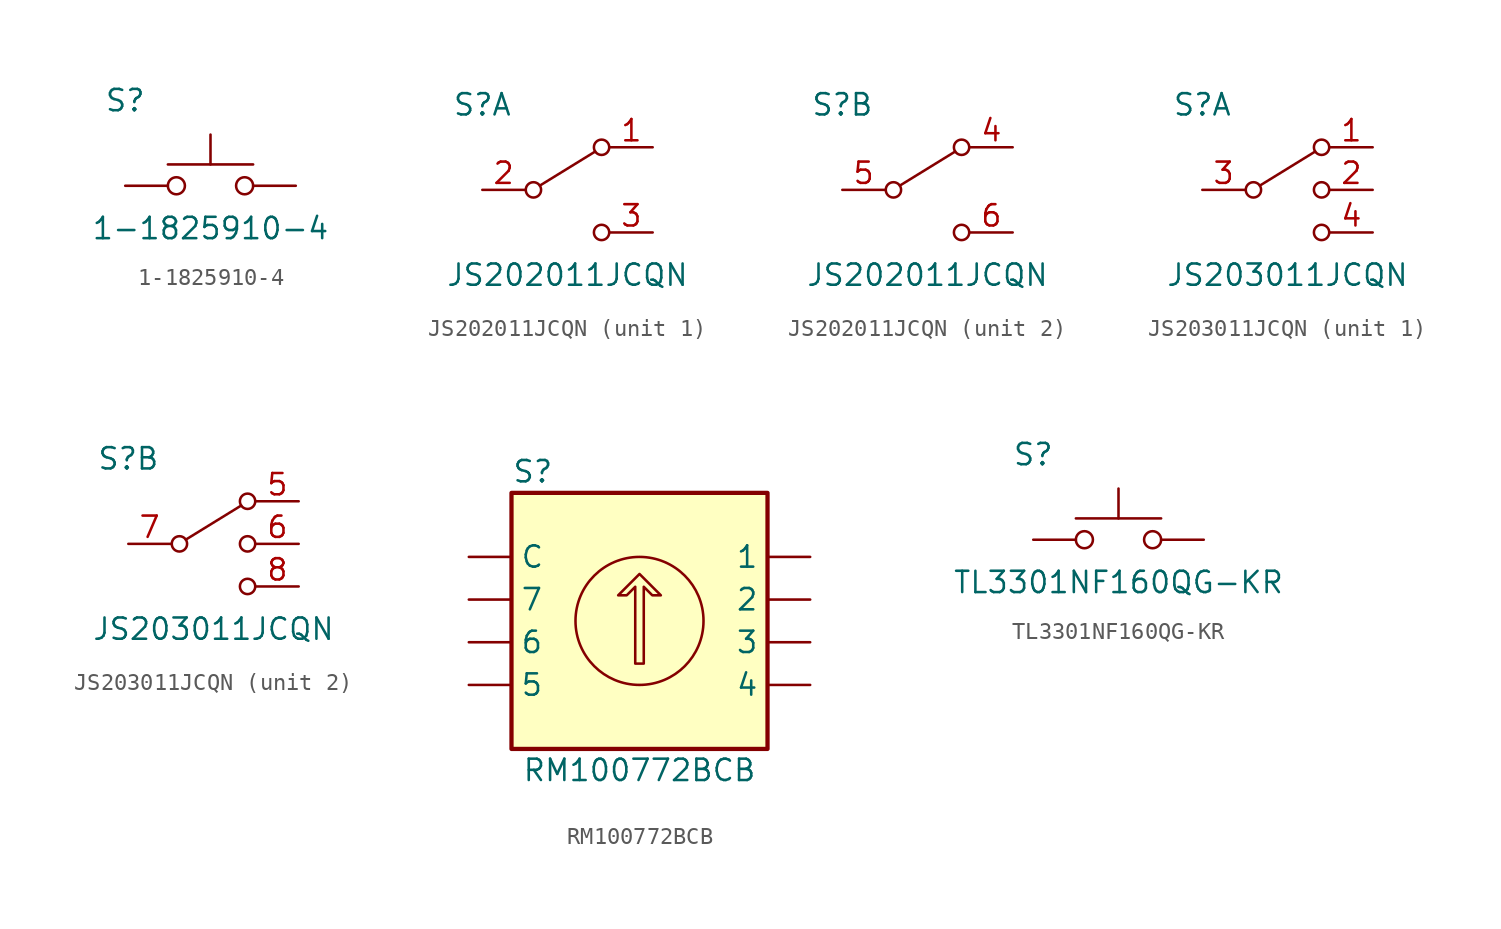
<source format=kicad_sym>
(kicad_symbol_lib
  (version 20231120)
  (generator "kicad_symbol_editor")
  (generator_version "8.0")
  (symbol "1-1825910-4"
    (pin_numbers hide)
    (pin_names hide)
    (property "Reference" "S"
      (at -5.08 5.08 0)
      (effects (font (size 1.27 1.27))))
    (property "Value" "1-1825910-4"
      (at 0 -2.54 0)
      (effects (font (size 1.27 1.27))))
    (symbol "1-1825910-4_0_1"
      (circle (center -2.032 0) (radius 0.508) (stroke (width 0) (type default)) (fill (type none)))
      (polyline (pts (xy 0 1.27) (xy 0 3.048)) (stroke (width 0) (type default)) (fill (type none)))
      (polyline (pts (xy 2.54 1.27) (xy -2.54 1.27)) (stroke (width 0) (type default)) (fill (type none)))
      (circle (center 2.032 0) (radius 0.508) (stroke (width 0) (type default)) (fill (type none)))
      (pin passive line (at -5.08 0 0) (length 2.54) (name "1" (effects (font (size 1.27 1.27)))) (number "1" (effects (font (size 1.27 1.27)))))
      (pin passive line (at 5.08 0 180) (length 2.54) (name "2" (effects (font (size 1.27 1.27)))) (number "2" (effects (font (size 1.27 1.27)))))))
  (symbol "JS202011JCQN"
    (pin_names hide)
    (property "Reference" "S"
      (at -5.08 5.08 0)
      (effects (font (size 1.27 1.27))))
    (property "Value" "JS202011JCQN"
      (at 0 -5.08 0)
      (effects (font (size 1.27 1.27))))
    (symbol "JS202011JCQN_0_1"
      (circle (center -2.032 0) (radius 0.457) (stroke (width 0) (type default)) (fill (type none)))
      (polyline (pts (xy -1.651 0.254) (xy 1.651 2.286)) (stroke (width 0) (type default)) (fill (type none)))
      (circle (center 2.032 -2.54) (radius 0.457) (stroke (width 0) (type default)) (fill (type none)))
      (circle (center 2.032 2.54) (radius 0.457) (stroke (width 0) (type default)) (fill (type none))))
    (symbol "JS202011JCQN_1_1"
      (pin passive line (at 5.08 2.54 180) (length 2.54) (name "1" (effects (font (size 1.27 1.27)))) (number "1" (effects (font (size 1.27 1.27)))))
      (pin passive line (at -5.08 0 0) (length 2.54) (name "2" (effects (font (size 1.27 1.27)))) (number "2" (effects (font (size 1.27 1.27)))))
      (pin passive line (at 5.08 -2.54 180) (length 2.54) (name "3" (effects (font (size 1.27 1.27)))) (number "3" (effects (font (size 1.27 1.27))))))
    (symbol "JS202011JCQN_2_1"
      (pin passive line (at 5.08 2.54 180) (length 2.54) (name "4" (effects (font (size 1.27 1.27)))) (number "4" (effects (font (size 1.27 1.27)))))
      (pin passive line (at -5.08 0 0) (length 2.54) (name "5" (effects (font (size 1.27 1.27)))) (number "5" (effects (font (size 1.27 1.27)))))
      (pin passive line (at 5.08 -2.54 180) (length 2.54) (name "6" (effects (font (size 1.27 1.27)))) (number "6" (effects (font (size 1.27 1.27)))))))
  (symbol "JS203011JCQN"
    (pin_names hide)
    (property "Reference" "S"
      (at -5.08 5.08 0)
      (effects (font (size 1.27 1.27))))
    (property "Value" "JS203011JCQN"
      (at 0 -5.08 0)
      (effects (font (size 1.27 1.27))))
    (symbol "JS203011JCQN_0_1"
      (circle (center -2.032 0) (radius 0.457) (stroke (width 0) (type default)) (fill (type none)))
      (polyline (pts (xy -1.651 0.254) (xy 1.651 2.286)) (stroke (width 0) (type default)) (fill (type none)))
      (circle (center 2.032 -2.54) (radius 0.457) (stroke (width 0) (type default)) (fill (type none)))
      (circle (center 2.032 0) (radius 0.457) (stroke (width 0) (type default)) (fill (type none)))
      (circle (center 2.032 2.54) (radius 0.457) (stroke (width 0) (type default)) (fill (type none))))
    (symbol "JS203011JCQN_1_1"
      (pin passive line (at 5.08 2.54 180) (length 2.54) (name "1" (effects (font (size 1.27 1.27)))) (number "1" (effects (font (size 1.27 1.27)))))
      (pin passive line (at 5.08 0 180) (length 2.54) (name "2" (effects (font (size 1.27 1.27)))) (number "2" (effects (font (size 1.27 1.27)))))
      (pin passive line (at -5.08 0 0) (length 2.54) (name "3" (effects (font (size 1.27 1.27)))) (number "3" (effects (font (size 1.27 1.27)))))
      (pin passive line (at 5.08 -2.54 180) (length 2.54) (name "4" (effects (font (size 1.27 1.27)))) (number "4" (effects (font (size 1.27 1.27))))))
    (symbol "JS203011JCQN_2_1"
      (pin passive line (at 5.08 2.54 180) (length 2.54) (name "5" (effects (font (size 1.27 1.27)))) (number "5" (effects (font (size 1.27 1.27)))))
      (pin passive line (at 5.08 0 180) (length 2.54) (name "6" (effects (font (size 1.27 1.27)))) (number "6" (effects (font (size 1.27 1.27)))))
      (pin passive line (at -5.08 0 0) (length 2.54) (name "7" (effects (font (size 1.27 1.27)))) (number "7" (effects (font (size 1.27 1.27)))))
      (pin passive line (at 5.08 -2.54 180) (length 2.54) (name "8" (effects (font (size 1.27 1.27)))) (number "8" (effects (font (size 1.27 1.27)))))))
  (symbol "RM100772BCB"
    (pin_numbers hide)
    (property "Reference" "S"
      (at -6.35 8.89 0)
      (effects (font (size 1.27 1.27))))
    (property "Value" "RM100772BCB"
      (at 0 -8.89 0)
      (effects (font (size 1.27 1.27))))
    (symbol "RM100772BCB_0_1"
      (rectangle (start -7.62 7.62) (end 7.62 -7.62) (stroke (width 0.254) (type default)) (fill (type background)))
      (polyline (pts (xy -0.254 -2.54) (xy -0.254 2.032) (xy -0.762 1.524) (xy -1.27 1.524) (xy 0 2.794) (xy 1.27 1.524) (xy 0.762 1.524) (xy 0.254 2.032) (xy 0.254 -2.54) (xy -0.254 -2.54) (xy -0.254 -2.54)) (stroke (width 0) (type default)) (fill (type none)))
      (circle (center 0 0) (radius 3.81) (stroke (width 0) (type default)) (fill (type none))))
    (symbol "RM100772BCB_1_1"
      (pin passive line (at 10.16 3.81 180) (length 2.54) (name "1" (effects (font (size 1.27 1.27)))) (number "1" (effects (font (size 1.27 1.27)))))
      (pin passive line (at 10.16 1.27 180) (length 2.54) (name "2" (effects (font (size 1.27 1.27)))) (number "2" (effects (font (size 1.27 1.27)))))
      (pin passive line (at 10.16 -1.27 180) (length 2.54) (name "3" (effects (font (size 1.27 1.27)))) (number "3" (effects (font (size 1.27 1.27)))))
      (pin passive line (at 10.16 -3.81 180) (length 2.54) (name "4" (effects (font (size 1.27 1.27)))) (number "4" (effects (font (size 1.27 1.27)))))
      (pin passive line (at -10.16 -3.81 0) (length 2.54) (name "5" (effects (font (size 1.27 1.27)))) (number "5" (effects (font (size 1.27 1.27)))))
      (pin passive line (at -10.16 -1.27 0) (length 2.54) (name "6" (effects (font (size 1.27 1.27)))) (number "6" (effects (font (size 1.27 1.27)))))
      (pin passive line (at -10.16 1.27 0) (length 2.54) (name "7" (effects (font (size 1.27 1.27)))) (number "7" (effects (font (size 1.27 1.27)))))
      (pin passive line (at -10.16 3.81 0) (length 2.54) (name "C" (effects (font (size 1.27 1.27)))) (number "8" (effects (font (size 1.27 1.27)))))))
  (symbol "TL3301NF160QG-KR"
    (pin_numbers hide)
    (pin_names hide)
    (property "Reference" "S"
      (at -5.08 5.08 0)
      (effects (font (size 1.27 1.27))))
    (property "Value" "TL3301NF160QG-KR"
      (at 0 -2.54 0)
      (effects (font (size 1.27 1.27))))
    (symbol "TL3301NF160QG-KR_0_1"
      (circle (center -2.032 0) (radius 0.508) (stroke (width 0) (type default)) (fill (type none)))
      (polyline (pts (xy 0 1.27) (xy 0 3.048)) (stroke (width 0) (type default)) (fill (type none)))
      (polyline (pts (xy 2.54 1.27) (xy -2.54 1.27)) (stroke (width 0) (type default)) (fill (type none)))
      (circle (center 2.032 0) (radius 0.508) (stroke (width 0) (type default)) (fill (type none)))
      (pin passive line (at -5.08 0 0) (length 2.54) (name "1" (effects (font (size 1.27 1.27)))) (number "1" (effects (font (size 1.27 1.27)))))
      (pin passive line (at 5.08 0 180) (length 2.54) (name "2" (effects (font (size 1.27 1.27)))) (number "2" (effects (font (size 1.27 1.27))))))))
</source>
